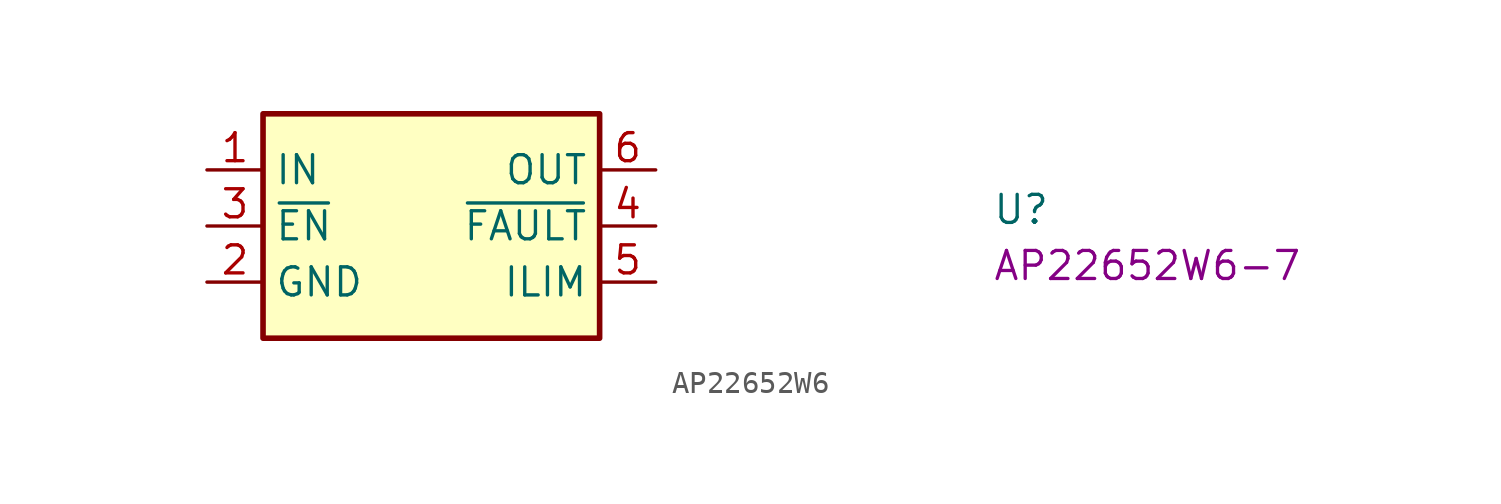
<source format=kicad_sym>
(kicad_symbol_lib
  (version 20220914)
  (generator kicad_symbol_editor)
  (symbol "AP22652W6"
    (property "Reference" "U"
      (at 35.56 -2.54 0)
      (effects (font (size 1.27 1.27) (thickness 0.15)) (justify left bottom)))
    (property "MPN" "AP22652W6-7"
      (at 35.56 -5.08 0)
      (effects (font (size 1.27 1.27) (thickness 0.15)) (justify left bottom)))
    (symbol "AP22652W6_1_1"
      (rectangle (start 2.54 2.54) (end 17.78 -7.62) (stroke (width 0.254) (type default)) (fill (type background)))
      (pin power_in line (at 0 0 0) (length 2.54) (name "IN" (effects (font (size 1.27 1.27)))) (number "1" (effects (font (size 1.27 1.27)))))
      (pin power_in line (at 0 -5.08 0) (length 2.54) (name "GND" (effects (font (size 1.27 1.27)))) (number "2" (effects (font (size 1.27 1.27)))))
      (pin input line (at 0 -2.54 0) (length 2.54) (name "~{EN}" (effects (font (size 1.27 1.27)))) (number "3" (effects (font (size 1.27 1.27)))))
      (pin output line (at 20.32 -2.54 180) (length 2.54) (name "~{FAULT}" (effects (font (size 1.27 1.27)))) (number "4" (effects (font (size 1.27 1.27)))))
      (pin output line (at 20.32 -5.08 180) (length 2.54) (name "ILIM" (effects (font (size 1.27 1.27)))) (number "5" (effects (font (size 1.27 1.27)))))
      (pin power_out line (at 20.32 0 180) (length 2.54) (name "OUT" (effects (font (size 1.27 1.27)))) (number "6" (effects (font (size 1.27 1.27))))))))
</source>
